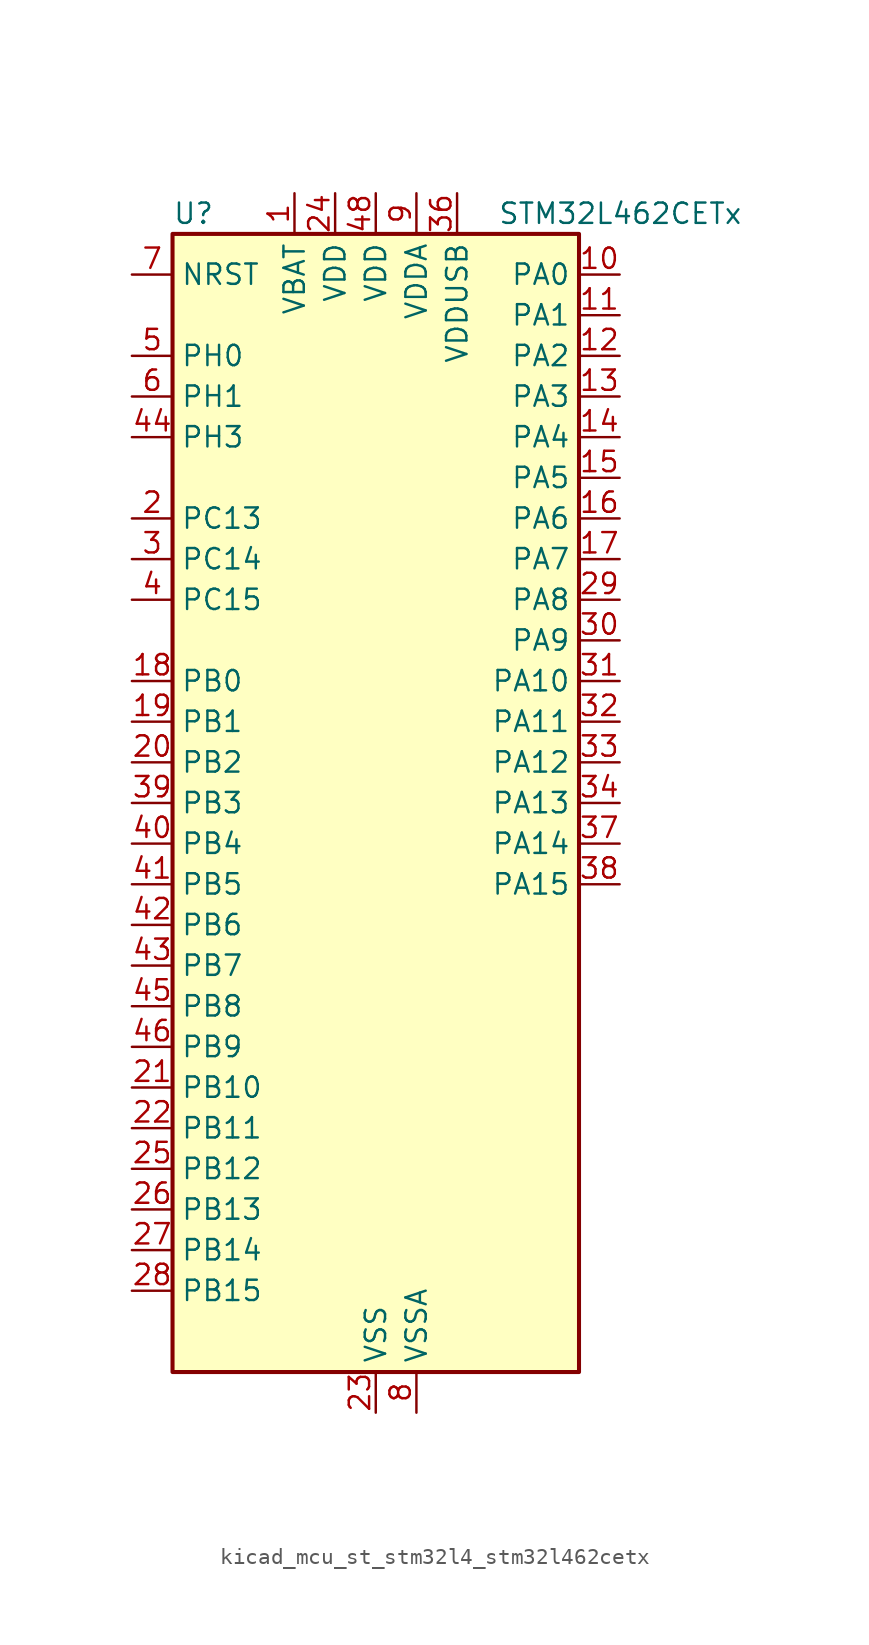
<source format=kicad_sym>
(kicad_symbol_lib
  (version 20220914)
  (generator kicad_symbol_editor)
  (symbol "kicad_mcu_st_stm32l4_stm32l462cetx"
    (property "Reference" "U"
      (at -12.7 36.83 0)
      (effects (font (size 1.27 1.27)) (justify left)))
    (property "Value" "STM32L462CETx"
      (at 7.62 36.83 0)
      (effects (font (size 1.27 1.27)) (justify left)))
    (property "ki_locked" ""
      (at 0 0 0)
      (effects (font (size 1.27 1.27))))
    (symbol "kicad_mcu_st_stm32l4_stm32l462cetx_0_1"
      (rectangle (start -12.7 -35.56) (end 12.7 35.56) (stroke (width 0.254) (type default)) (fill (type background))))
    (symbol "kicad_mcu_st_stm32l4_stm32l462cetx_1_1"
      (pin power_in line (at -5.08 38.1 270) (length 2.54) (name "VBAT" (effects (font (size 1.27 1.27)))) (number "1" (effects (font (size 1.27 1.27)))))
      (pin bidirectional line (at 15.24 33.02 180) (length 2.54) (name "PA0" (effects (font (size 1.27 1.27)))) (number "10" (effects (font (size 1.27 1.27)))) (alternate "ADC1_IN5" bidirectional line) (alternate "COMP1_INM" bidirectional line) (alternate "COMP1_OUT" bidirectional line) (alternate "OPAMP1_VINP" bidirectional line) (alternate "RTC_TAMP2" bidirectional line) (alternate "SAI1_EXTCLK" bidirectional line) (alternate "SYS_WKUP1" bidirectional line) (alternate "TIM2_CH1" bidirectional line) (alternate "TIM2_ETR" bidirectional line) (alternate "UART4_TX" bidirectional line) (alternate "USART2_CTS" bidirectional line))
      (pin bidirectional line (at 15.24 30.48 180) (length 2.54) (name "PA1" (effects (font (size 1.27 1.27)))) (number "11" (effects (font (size 1.27 1.27)))) (alternate "ADC1_IN6" bidirectional line) (alternate "COMP1_INP" bidirectional line) (alternate "I2C1_SMBA" bidirectional line) (alternate "OPAMP1_VINM" bidirectional line) (alternate "SPI1_SCK" bidirectional line) (alternate "TIM15_CH1N" bidirectional line) (alternate "TIM2_CH2" bidirectional line) (alternate "UART4_RX" bidirectional line) (alternate "USART2_DE" bidirectional line) (alternate "USART2_RTS" bidirectional line))
      (pin bidirectional line (at 15.24 27.94 180) (length 2.54) (name "PA2" (effects (font (size 1.27 1.27)))) (number "12" (effects (font (size 1.27 1.27)))) (alternate "ADC1_IN7" bidirectional line) (alternate "COMP2_INM" bidirectional line) (alternate "COMP2_OUT" bidirectional line) (alternate "LPUART1_TX" bidirectional line) (alternate "QUADSPI_BK1_NCS" bidirectional line) (alternate "RCC_LSCO" bidirectional line) (alternate "SYS_WKUP4" bidirectional line) (alternate "TIM15_CH1" bidirectional line) (alternate "TIM2_CH3" bidirectional line) (alternate "USART2_TX" bidirectional line))
      (pin bidirectional line (at 15.24 25.4 180) (length 2.54) (name "PA3" (effects (font (size 1.27 1.27)))) (number "13" (effects (font (size 1.27 1.27)))) (alternate "ADC1_IN8" bidirectional line) (alternate "COMP2_INP" bidirectional line) (alternate "LPUART1_RX" bidirectional line) (alternate "OPAMP1_VOUT" bidirectional line) (alternate "QUADSPI_CLK" bidirectional line) (alternate "SAI1_MCLK_A" bidirectional line) (alternate "TIM15_CH2" bidirectional line) (alternate "TIM2_CH4" bidirectional line) (alternate "USART2_RX" bidirectional line))
      (pin bidirectional line (at 15.24 22.86 180) (length 2.54) (name "PA4" (effects (font (size 1.27 1.27)))) (number "14" (effects (font (size 1.27 1.27)))) (alternate "ADC1_IN9" bidirectional line) (alternate "COMP1_INM" bidirectional line) (alternate "COMP2_INM" bidirectional line) (alternate "DAC1_OUT1" bidirectional line) (alternate "LPTIM2_OUT" bidirectional line) (alternate "SAI1_FS_B" bidirectional line) (alternate "SPI1_NSS" bidirectional line) (alternate "SPI3_NSS" bidirectional line) (alternate "USART2_CK" bidirectional line))
      (pin bidirectional line (at 15.24 20.32 180) (length 2.54) (name "PA5" (effects (font (size 1.27 1.27)))) (number "15" (effects (font (size 1.27 1.27)))) (alternate "ADC1_IN10" bidirectional line) (alternate "COMP1_INM" bidirectional line) (alternate "COMP2_INM" bidirectional line) (alternate "DFSDM1_CKOUT" bidirectional line) (alternate "LPTIM2_ETR" bidirectional line) (alternate "SPI1_SCK" bidirectional line) (alternate "TIM2_CH1" bidirectional line) (alternate "TIM2_ETR" bidirectional line))
      (pin bidirectional line (at 15.24 17.78 180) (length 2.54) (name "PA6" (effects (font (size 1.27 1.27)))) (number "16" (effects (font (size 1.27 1.27)))) (alternate "ADC1_IN11" bidirectional line) (alternate "COMP1_OUT" bidirectional line) (alternate "LPUART1_CTS" bidirectional line) (alternate "QUADSPI_BK1_IO3" bidirectional line) (alternate "SPI1_MISO" bidirectional line) (alternate "TIM16_CH1" bidirectional line) (alternate "TIM1_BKIN" bidirectional line) (alternate "TIM1_BKIN_COMP2" bidirectional line) (alternate "TIM3_CH1" bidirectional line) (alternate "USART3_CTS" bidirectional line))
      (pin bidirectional line (at 15.24 15.24 180) (length 2.54) (name "PA7" (effects (font (size 1.27 1.27)))) (number "17" (effects (font (size 1.27 1.27)))) (alternate "ADC1_IN12" bidirectional line) (alternate "COMP2_OUT" bidirectional line) (alternate "DFSDM1_DATIN0" bidirectional line) (alternate "I2C3_SCL" bidirectional line) (alternate "QUADSPI_BK1_IO2" bidirectional line) (alternate "SPI1_MOSI" bidirectional line) (alternate "TIM1_CH1N" bidirectional line) (alternate "TIM3_CH2" bidirectional line))
      (pin bidirectional line (at -15.24 7.62 0) (length 2.54) (name "PB0" (effects (font (size 1.27 1.27)))) (number "18" (effects (font (size 1.27 1.27)))) (alternate "ADC1_IN15" bidirectional line) (alternate "COMP1_OUT" bidirectional line) (alternate "DFSDM1_CKIN0" bidirectional line) (alternate "QUADSPI_BK1_IO1" bidirectional line) (alternate "SAI1_EXTCLK" bidirectional line) (alternate "SPI1_NSS" bidirectional line) (alternate "TIM1_CH2N" bidirectional line) (alternate "TIM3_CH3" bidirectional line) (alternate "USART3_CK" bidirectional line))
      (pin bidirectional line (at -15.24 5.08 0) (length 2.54) (name "PB1" (effects (font (size 1.27 1.27)))) (number "19" (effects (font (size 1.27 1.27)))) (alternate "ADC1_IN16" bidirectional line) (alternate "COMP1_INM" bidirectional line) (alternate "DFSDM1_DATIN0" bidirectional line) (alternate "LPTIM2_IN1" bidirectional line) (alternate "LPUART1_DE" bidirectional line) (alternate "LPUART1_RTS" bidirectional line) (alternate "QUADSPI_BK1_IO0" bidirectional line) (alternate "TIM1_CH3N" bidirectional line) (alternate "TIM3_CH4" bidirectional line) (alternate "USART3_DE" bidirectional line) (alternate "USART3_RTS" bidirectional line))
      (pin bidirectional line (at -15.24 17.78 0) (length 2.54) (name "PC13" (effects (font (size 1.27 1.27)))) (number "2" (effects (font (size 1.27 1.27)))) (alternate "RTC_OUT_ALARM" bidirectional line) (alternate "RTC_OUT_CALIB" bidirectional line) (alternate "RTC_TAMP1" bidirectional line) (alternate "RTC_TS" bidirectional line) (alternate "SYS_WKUP2" bidirectional line))
      (pin bidirectional line (at -15.24 2.54 0) (length 2.54) (name "PB2" (effects (font (size 1.27 1.27)))) (number "20" (effects (font (size 1.27 1.27)))) (alternate "COMP1_INP" bidirectional line) (alternate "DFSDM1_CKIN0" bidirectional line) (alternate "I2C3_SMBA" bidirectional line) (alternate "LPTIM1_OUT" bidirectional line) (alternate "RTC_OUT_ALARM" bidirectional line) (alternate "RTC_OUT_CALIB" bidirectional line))
      (pin bidirectional line (at -15.24 -17.78 0) (length 2.54) (name "PB10" (effects (font (size 1.27 1.27)))) (number "21" (effects (font (size 1.27 1.27)))) (alternate "COMP1_OUT" bidirectional line) (alternate "I2C2_SCL" bidirectional line) (alternate "I2C4_SCL" bidirectional line) (alternate "LPUART1_RX" bidirectional line) (alternate "QUADSPI_CLK" bidirectional line) (alternate "SAI1_SCK_A" bidirectional line) (alternate "SPI2_SCK" bidirectional line) (alternate "TIM2_CH3" bidirectional line) (alternate "TSC_SYNC" bidirectional line) (alternate "USART3_TX" bidirectional line))
      (pin bidirectional line (at -15.24 -20.32 0) (length 2.54) (name "PB11" (effects (font (size 1.27 1.27)))) (number "22" (effects (font (size 1.27 1.27)))) (alternate "ADC1_EXTI11" bidirectional line) (alternate "COMP2_OUT" bidirectional line) (alternate "I2C2_SDA" bidirectional line) (alternate "I2C4_SDA" bidirectional line) (alternate "LPUART1_TX" bidirectional line) (alternate "QUADSPI_BK1_NCS" bidirectional line) (alternate "TIM2_CH4" bidirectional line) (alternate "USART3_RX" bidirectional line))
      (pin power_in line (at 0 -38.1 90) (length 2.54) (name "VSS" (effects (font (size 1.27 1.27)))) (number "23" (effects (font (size 1.27 1.27)))))
      (pin power_in line (at -2.54 38.1 270) (length 2.54) (name "VDD" (effects (font (size 1.27 1.27)))) (number "24" (effects (font (size 1.27 1.27)))))
      (pin bidirectional line (at -15.24 -22.86 0) (length 2.54) (name "PB12" (effects (font (size 1.27 1.27)))) (number "25" (effects (font (size 1.27 1.27)))) (alternate "CAN1_RX" bidirectional line) (alternate "DFSDM1_DATIN1" bidirectional line) (alternate "I2C2_SMBA" bidirectional line) (alternate "LPUART1_DE" bidirectional line) (alternate "LPUART1_RTS" bidirectional line) (alternate "SAI1_FS_A" bidirectional line) (alternate "SPI2_NSS" bidirectional line) (alternate "TIM15_BKIN" bidirectional line) (alternate "TIM1_BKIN" bidirectional line) (alternate "TIM1_BKIN_COMP2" bidirectional line) (alternate "TSC_G1_IO1" bidirectional line) (alternate "USART3_CK" bidirectional line))
      (pin bidirectional line (at -15.24 -25.4 0) (length 2.54) (name "PB13" (effects (font (size 1.27 1.27)))) (number "26" (effects (font (size 1.27 1.27)))) (alternate "CAN1_TX" bidirectional line) (alternate "DFSDM1_CKIN1" bidirectional line) (alternate "I2C2_SCL" bidirectional line) (alternate "LPUART1_CTS" bidirectional line) (alternate "SAI1_SCK_A" bidirectional line) (alternate "SPI2_SCK" bidirectional line) (alternate "TIM15_CH1N" bidirectional line) (alternate "TIM1_CH1N" bidirectional line) (alternate "TSC_G1_IO2" bidirectional line) (alternate "USART3_CTS" bidirectional line))
      (pin bidirectional line (at -15.24 -27.94 0) (length 2.54) (name "PB14" (effects (font (size 1.27 1.27)))) (number "27" (effects (font (size 1.27 1.27)))) (alternate "DFSDM1_DATIN2" bidirectional line) (alternate "I2C2_SDA" bidirectional line) (alternate "SAI1_MCLK_A" bidirectional line) (alternate "SPI2_MISO" bidirectional line) (alternate "TIM15_CH1" bidirectional line) (alternate "TIM1_CH2N" bidirectional line) (alternate "TSC_G1_IO3" bidirectional line) (alternate "USART3_DE" bidirectional line) (alternate "USART3_RTS" bidirectional line))
      (pin bidirectional line (at -15.24 -30.48 0) (length 2.54) (name "PB15" (effects (font (size 1.27 1.27)))) (number "28" (effects (font (size 1.27 1.27)))) (alternate "ADC1_EXTI15" bidirectional line) (alternate "DFSDM1_CKIN2" bidirectional line) (alternate "RTC_REFIN" bidirectional line) (alternate "SAI1_SD_A" bidirectional line) (alternate "SPI2_MOSI" bidirectional line) (alternate "TIM15_CH2" bidirectional line) (alternate "TIM1_CH3N" bidirectional line) (alternate "TSC_G1_IO4" bidirectional line))
      (pin bidirectional line (at 15.24 12.7 180) (length 2.54) (name "PA8" (effects (font (size 1.27 1.27)))) (number "29" (effects (font (size 1.27 1.27)))) (alternate "DFSDM1_CKIN1" bidirectional line) (alternate "LPTIM2_OUT" bidirectional line) (alternate "RCC_MCO" bidirectional line) (alternate "SAI1_SCK_A" bidirectional line) (alternate "TIM1_CH1" bidirectional line) (alternate "USART1_CK" bidirectional line))
      (pin bidirectional line (at -15.24 15.24 0) (length 2.54) (name "PC14" (effects (font (size 1.27 1.27)))) (number "3" (effects (font (size 1.27 1.27)))) (alternate "RCC_OSC32_IN" bidirectional line))
      (pin bidirectional line (at 15.24 10.16 180) (length 2.54) (name "PA9" (effects (font (size 1.27 1.27)))) (number "30" (effects (font (size 1.27 1.27)))) (alternate "DAC1_EXTI9" bidirectional line) (alternate "DFSDM1_DATIN1" bidirectional line) (alternate "I2C1_SCL" bidirectional line) (alternate "SAI1_FS_A" bidirectional line) (alternate "TIM15_BKIN" bidirectional line) (alternate "TIM1_CH2" bidirectional line) (alternate "USART1_TX" bidirectional line))
      (pin bidirectional line (at 15.24 7.62 180) (length 2.54) (name "PA10" (effects (font (size 1.27 1.27)))) (number "31" (effects (font (size 1.27 1.27)))) (alternate "CRS_SYNC" bidirectional line) (alternate "I2C1_SDA" bidirectional line) (alternate "SAI1_SD_A" bidirectional line) (alternate "TIM1_CH3" bidirectional line) (alternate "USART1_RX" bidirectional line))
      (pin bidirectional line (at 15.24 5.08 180) (length 2.54) (name "PA11" (effects (font (size 1.27 1.27)))) (number "32" (effects (font (size 1.27 1.27)))) (alternate "ADC1_EXTI11" bidirectional line) (alternate "CAN1_RX" bidirectional line) (alternate "COMP1_OUT" bidirectional line) (alternate "SPI1_MISO" bidirectional line) (alternate "TIM1_BKIN2" bidirectional line) (alternate "TIM1_BKIN2_COMP1" bidirectional line) (alternate "TIM1_CH4" bidirectional line) (alternate "USART1_CTS" bidirectional line) (alternate "USB_DM" bidirectional line))
      (pin bidirectional line (at 15.24 2.54 180) (length 2.54) (name "PA12" (effects (font (size 1.27 1.27)))) (number "33" (effects (font (size 1.27 1.27)))) (alternate "CAN1_TX" bidirectional line) (alternate "SPI1_MOSI" bidirectional line) (alternate "TIM1_ETR" bidirectional line) (alternate "USART1_DE" bidirectional line) (alternate "USART1_RTS" bidirectional line) (alternate "USB_DP" bidirectional line))
      (pin bidirectional line (at 15.24 0 180) (length 2.54) (name "PA13" (effects (font (size 1.27 1.27)))) (number "34" (effects (font (size 1.27 1.27)))) (alternate "IR_OUT" bidirectional line) (alternate "SAI1_SD_B" bidirectional line) (alternate "SYS_JTMS-SWDIO" bidirectional line) (alternate "USB_NOE" bidirectional line))
      (pin passive line (at 0 -38.1 90) (length 2.54) hide (name "VSS" (effects (font (size 1.27 1.27)))) (number "35" (effects (font (size 1.27 1.27)))))
      (pin power_in line (at 5.08 38.1 270) (length 2.54) (name "VDDUSB" (effects (font (size 1.27 1.27)))) (number "36" (effects (font (size 1.27 1.27)))))
      (pin bidirectional line (at 15.24 -2.54 180) (length 2.54) (name "PA14" (effects (font (size 1.27 1.27)))) (number "37" (effects (font (size 1.27 1.27)))) (alternate "I2C1_SMBA" bidirectional line) (alternate "I2C4_SMBA" bidirectional line) (alternate "LPTIM1_OUT" bidirectional line) (alternate "SAI1_FS_B" bidirectional line) (alternate "SYS_JTCK-SWCLK" bidirectional line))
      (pin bidirectional line (at 15.24 -5.08 180) (length 2.54) (name "PA15" (effects (font (size 1.27 1.27)))) (number "38" (effects (font (size 1.27 1.27)))) (alternate "ADC1_EXTI15" bidirectional line) (alternate "SPI1_NSS" bidirectional line) (alternate "SPI3_NSS" bidirectional line) (alternate "SYS_JTDI" bidirectional line) (alternate "TIM2_CH1" bidirectional line) (alternate "TIM2_ETR" bidirectional line) (alternate "UART4_DE" bidirectional line) (alternate "UART4_RTS" bidirectional line) (alternate "USART2_RX" bidirectional line) (alternate "USART3_DE" bidirectional line) (alternate "USART3_RTS" bidirectional line))
      (pin bidirectional line (at -15.24 0 0) (length 2.54) (name "PB3" (effects (font (size 1.27 1.27)))) (number "39" (effects (font (size 1.27 1.27)))) (alternate "COMP2_INM" bidirectional line) (alternate "SAI1_SCK_B" bidirectional line) (alternate "SPI1_SCK" bidirectional line) (alternate "SPI3_SCK" bidirectional line) (alternate "SYS_JTDO-SWO" bidirectional line) (alternate "TIM2_CH2" bidirectional line) (alternate "USART1_DE" bidirectional line) (alternate "USART1_RTS" bidirectional line))
      (pin bidirectional line (at -15.24 12.7 0) (length 2.54) (name "PC15" (effects (font (size 1.27 1.27)))) (number "4" (effects (font (size 1.27 1.27)))) (alternate "ADC1_EXTI15" bidirectional line) (alternate "RCC_OSC32_OUT" bidirectional line))
      (pin bidirectional line (at -15.24 -2.54 0) (length 2.54) (name "PB4" (effects (font (size 1.27 1.27)))) (number "40" (effects (font (size 1.27 1.27)))) (alternate "COMP2_INP" bidirectional line) (alternate "I2C3_SDA" bidirectional line) (alternate "SAI1_MCLK_B" bidirectional line) (alternate "SPI1_MISO" bidirectional line) (alternate "SPI3_MISO" bidirectional line) (alternate "SYS_JTRST" bidirectional line) (alternate "TIM3_CH1" bidirectional line) (alternate "TSC_G2_IO1" bidirectional line) (alternate "USART1_CTS" bidirectional line))
      (pin bidirectional line (at -15.24 -5.08 0) (length 2.54) (name "PB5" (effects (font (size 1.27 1.27)))) (number "41" (effects (font (size 1.27 1.27)))) (alternate "CAN1_RX" bidirectional line) (alternate "COMP2_OUT" bidirectional line) (alternate "I2C1_SMBA" bidirectional line) (alternate "LPTIM1_IN1" bidirectional line) (alternate "SAI1_SD_B" bidirectional line) (alternate "SPI1_MOSI" bidirectional line) (alternate "SPI3_MOSI" bidirectional line) (alternate "TIM16_BKIN" bidirectional line) (alternate "TIM3_CH2" bidirectional line) (alternate "TSC_G2_IO2" bidirectional line) (alternate "USART1_CK" bidirectional line))
      (pin bidirectional line (at -15.24 -7.62 0) (length 2.54) (name "PB6" (effects (font (size 1.27 1.27)))) (number "42" (effects (font (size 1.27 1.27)))) (alternate "CAN1_TX" bidirectional line) (alternate "COMP2_INP" bidirectional line) (alternate "I2C1_SCL" bidirectional line) (alternate "I2C4_SCL" bidirectional line) (alternate "LPTIM1_ETR" bidirectional line) (alternate "SAI1_FS_B" bidirectional line) (alternate "TIM16_CH1N" bidirectional line) (alternate "TSC_G2_IO3" bidirectional line) (alternate "USART1_TX" bidirectional line))
      (pin bidirectional line (at -15.24 -10.16 0) (length 2.54) (name "PB7" (effects (font (size 1.27 1.27)))) (number "43" (effects (font (size 1.27 1.27)))) (alternate "COMP2_INM" bidirectional line) (alternate "I2C1_SDA" bidirectional line) (alternate "I2C4_SDA" bidirectional line) (alternate "LPTIM1_IN2" bidirectional line) (alternate "SYS_PVD_IN" bidirectional line) (alternate "TSC_G2_IO4" bidirectional line) (alternate "UART4_CTS" bidirectional line) (alternate "USART1_RX" bidirectional line))
      (pin bidirectional line (at -15.24 22.86 0) (length 2.54) (name "PH3" (effects (font (size 1.27 1.27)))) (number "44" (effects (font (size 1.27 1.27)))))
      (pin bidirectional line (at -15.24 -12.7 0) (length 2.54) (name "PB8" (effects (font (size 1.27 1.27)))) (number "45" (effects (font (size 1.27 1.27)))) (alternate "CAN1_RX" bidirectional line) (alternate "I2C1_SCL" bidirectional line) (alternate "SAI1_MCLK_A" bidirectional line) (alternate "TIM16_CH1" bidirectional line))
      (pin bidirectional line (at -15.24 -15.24 0) (length 2.54) (name "PB9" (effects (font (size 1.27 1.27)))) (number "46" (effects (font (size 1.27 1.27)))) (alternate "CAN1_TX" bidirectional line) (alternate "DAC1_EXTI9" bidirectional line) (alternate "I2C1_SDA" bidirectional line) (alternate "IR_OUT" bidirectional line) (alternate "SAI1_FS_A" bidirectional line) (alternate "SPI2_NSS" bidirectional line))
      (pin passive line (at 0 -38.1 90) (length 2.54) hide (name "VSS" (effects (font (size 1.27 1.27)))) (number "47" (effects (font (size 1.27 1.27)))))
      (pin power_in line (at 0 38.1 270) (length 2.54) (name "VDD" (effects (font (size 1.27 1.27)))) (number "48" (effects (font (size 1.27 1.27)))))
      (pin bidirectional line (at -15.24 27.94 0) (length 2.54) (name "PH0" (effects (font (size 1.27 1.27)))) (number "5" (effects (font (size 1.27 1.27)))) (alternate "RCC_OSC_IN" bidirectional line))
      (pin bidirectional line (at -15.24 25.4 0) (length 2.54) (name "PH1" (effects (font (size 1.27 1.27)))) (number "6" (effects (font (size 1.27 1.27)))) (alternate "RCC_OSC_OUT" bidirectional line))
      (pin input line (at -15.24 33.02 0) (length 2.54) (name "NRST" (effects (font (size 1.27 1.27)))) (number "7" (effects (font (size 1.27 1.27)))))
      (pin power_in line (at 2.54 -38.1 90) (length 2.54) (name "VSSA" (effects (font (size 1.27 1.27)))) (number "8" (effects (font (size 1.27 1.27)))))
      (pin power_in line (at 2.54 38.1 270) (length 2.54) (name "VDDA" (effects (font (size 1.27 1.27)))) (number "9" (effects (font (size 1.27 1.27))))))))
</source>
